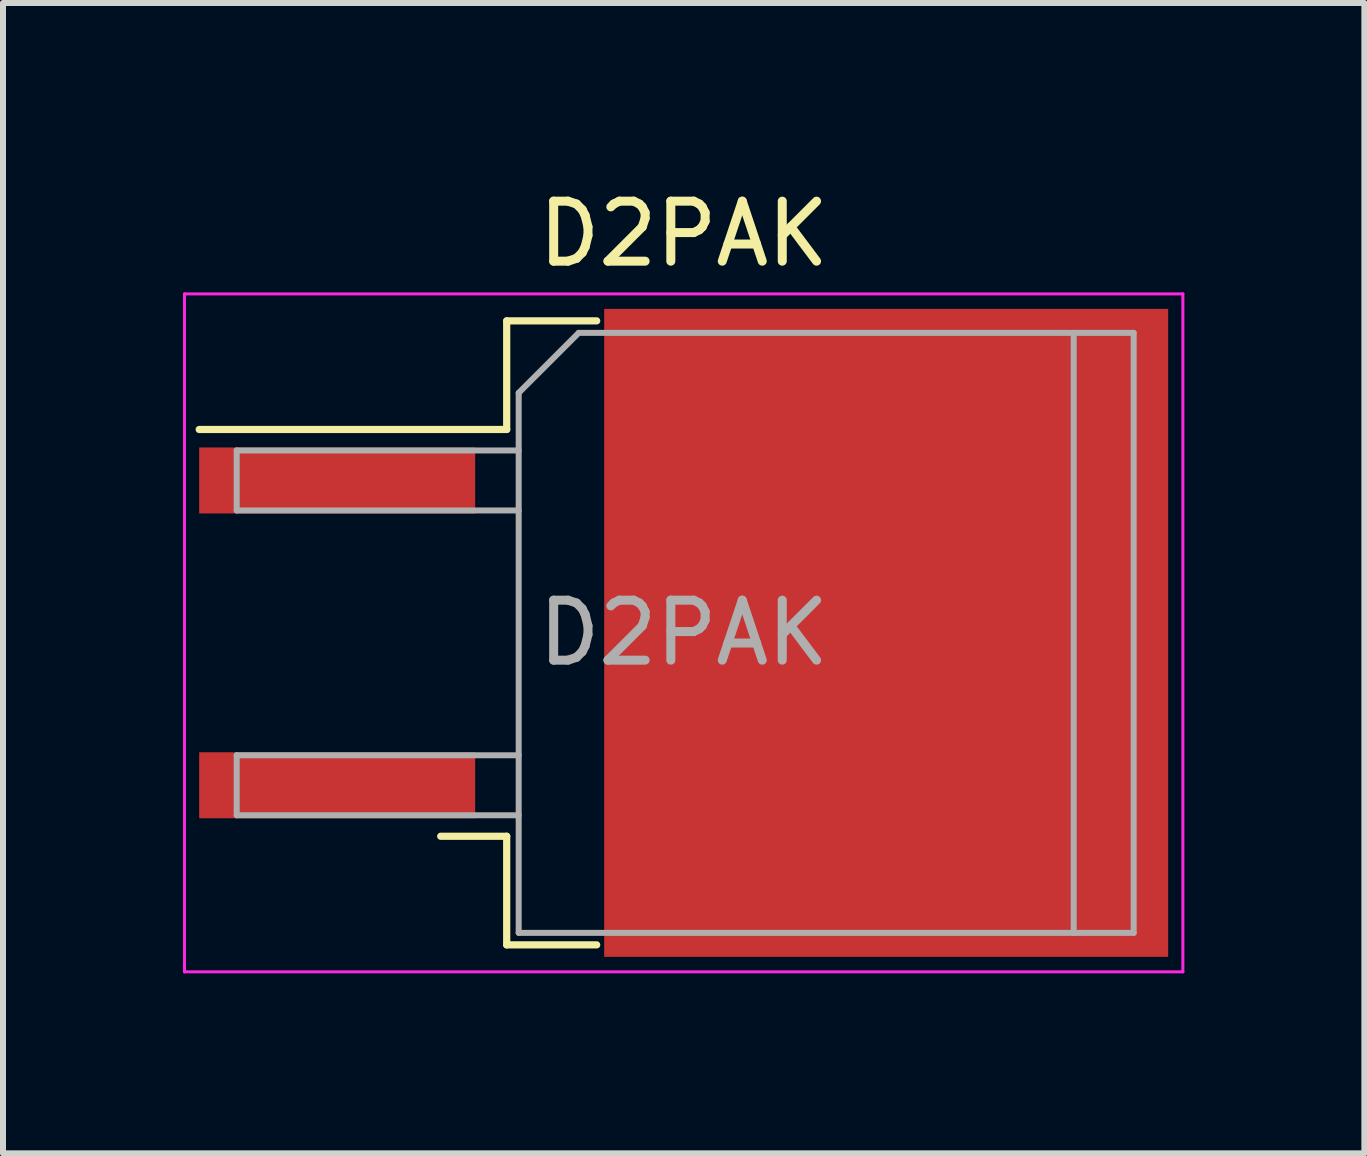
<source format=kicad_pcb>
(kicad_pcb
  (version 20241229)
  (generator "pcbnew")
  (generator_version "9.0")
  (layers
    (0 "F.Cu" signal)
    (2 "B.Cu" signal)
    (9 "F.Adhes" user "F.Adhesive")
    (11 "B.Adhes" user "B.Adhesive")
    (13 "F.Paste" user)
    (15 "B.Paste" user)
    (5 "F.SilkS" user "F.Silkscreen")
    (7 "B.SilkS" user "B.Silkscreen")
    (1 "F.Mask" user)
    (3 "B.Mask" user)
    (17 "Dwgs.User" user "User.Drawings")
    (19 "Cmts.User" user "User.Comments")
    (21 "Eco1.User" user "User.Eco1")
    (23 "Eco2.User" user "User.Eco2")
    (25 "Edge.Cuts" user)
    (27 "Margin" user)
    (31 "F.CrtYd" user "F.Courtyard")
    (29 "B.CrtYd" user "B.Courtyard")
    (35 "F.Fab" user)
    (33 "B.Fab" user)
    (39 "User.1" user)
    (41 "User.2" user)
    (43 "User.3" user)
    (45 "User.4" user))
  (footprint "D2PAK"
    (layer "F.Cu")
    (at 8.345 7.498)
    (property "Reference" "D2PAK" (at 0 -6.65 0) (layer "F.SilkS") (effects (font (size 1 1) (thickness 0.15))))
    (attr smd)
    (fp_line (start -2.95 -5.2) (end -2.95 -3.39) (stroke (width 0.12) (type solid)) (layer "F.SilkS"))
    (fp_line (start -2.95 -3.39) (end -8.075 -3.39) (stroke (width 0.12) (type solid)) (layer "F.SilkS"))
    (fp_line (start -2.95 3.39) (end -4.05 3.39) (stroke (width 0.12) (type solid)) (layer "F.SilkS"))
    (fp_line (start -2.95 5.2) (end -2.95 3.39) (stroke (width 0.12) (type solid)) (layer "F.SilkS"))
    (fp_line (start -1.45 -5.2) (end -2.95 -5.2) (stroke (width 0.12) (type solid)) (layer "F.SilkS"))
    (fp_line (start -1.45 5.2) (end -2.95 5.2) (stroke (width 0.12) (type solid)) (layer "F.SilkS"))
    (fp_line (start -8.32 -5.65) (end -8.32 5.65) (stroke (width 0.05) (type solid)) (layer "F.CrtYd"))
    (fp_line (start -8.32 5.65) (end 8.32 5.65) (stroke (width 0.05) (type solid)) (layer "F.CrtYd"))
    (fp_line (start 8.32 -5.65) (end -8.32 -5.65) (stroke (width 0.05) (type solid)) (layer "F.CrtYd"))
    (fp_line (start 8.32 5.65) (end 8.32 -5.65) (stroke (width 0.05) (type solid)) (layer "F.CrtYd"))
    (fp_line (start -7.45 -3.04) (end -7.45 -2.04) (stroke (width 0.1) (type solid)) (layer "F.Fab"))
    (fp_line (start -7.45 -2.04) (end -2.75 -2.04) (stroke (width 0.1) (type solid)) (layer "F.Fab"))
    (fp_line (start -7.45 2.04) (end -7.45 3.04) (stroke (width 0.1) (type solid)) (layer "F.Fab"))
    (fp_line (start -7.45 3.04) (end -2.75 3.04) (stroke (width 0.1) (type solid)) (layer "F.Fab"))
    (fp_line (start -2.75 -4) (end -1.75 -5) (stroke (width 0.1) (type solid)) (layer "F.Fab"))
    (fp_line (start -2.75 -3.04) (end -7.45 -3.04) (stroke (width 0.1) (type solid)) (layer "F.Fab"))
    (fp_line (start -2.75 2.04) (end -7.45 2.04) (stroke (width 0.1) (type solid)) (layer "F.Fab"))
    (fp_line (start -2.75 5) (end -2.75 -4) (stroke (width 0.1) (type solid)) (layer "F.Fab"))
    (fp_line (start -1.75 -5) (end 6.5 -5) (stroke (width 0.1) (type solid)) (layer "F.Fab"))
    (fp_line (start 6.5 -5) (end 6.5 5) (stroke (width 0.1) (type solid)) (layer "F.Fab"))
    (fp_line (start 6.5 -5) (end 7.5 -5) (stroke (width 0.1) (type solid)) (layer "F.Fab"))
    (fp_line (start 6.5 5) (end -2.75 5) (stroke (width 0.1) (type solid)) (layer "F.Fab"))
    (fp_line (start 7.5 -5) (end 7.5 5) (stroke (width 0.1) (type solid)) (layer "F.Fab"))
    (fp_line (start 7.5 5) (end 6.5 5) (stroke (width 0.1) (type solid)) (layer "F.Fab"))
    (fp_text user "${REFERENCE}" (at 0 0 0) (layer "F.Fab") (effects (font (size 1 1) (thickness 0.15))))
    (pad "" smd rect (at 0.95 -2.775) (size 4.55 5.25) (layers "F.Paste"))
    (pad "" smd rect (at 0.95 2.775) (size 4.55 5.25) (layers "F.Paste"))
    (pad "" smd rect (at 5.8 -2.775) (size 4.55 5.25) (layers "F.Paste"))
    (pad "" smd rect (at 5.8 2.775) (size 4.55 5.25) (layers "F.Paste"))
    (pad "1" smd rect (at -5.775 -2.54) (size 4.6 1.1) (layers "F.Cu" "F.Mask" "F.Paste"))
    (pad "3" smd rect (at -5.775 2.54) (size 4.6 1.1) (layers "F.Cu" "F.Mask" "F.Paste"))
    (pad "4" smd rect (at 3.375 0) (size 9.4 10.8) (layers "F.Cu" "F.Mask")))
  (gr_rect
    (start -3 -3)
    (end 19.69 16.173)
    (stroke (width 0.1) (type default))
    (fill no)
    (layer "Edge.Cuts")))
</source>
